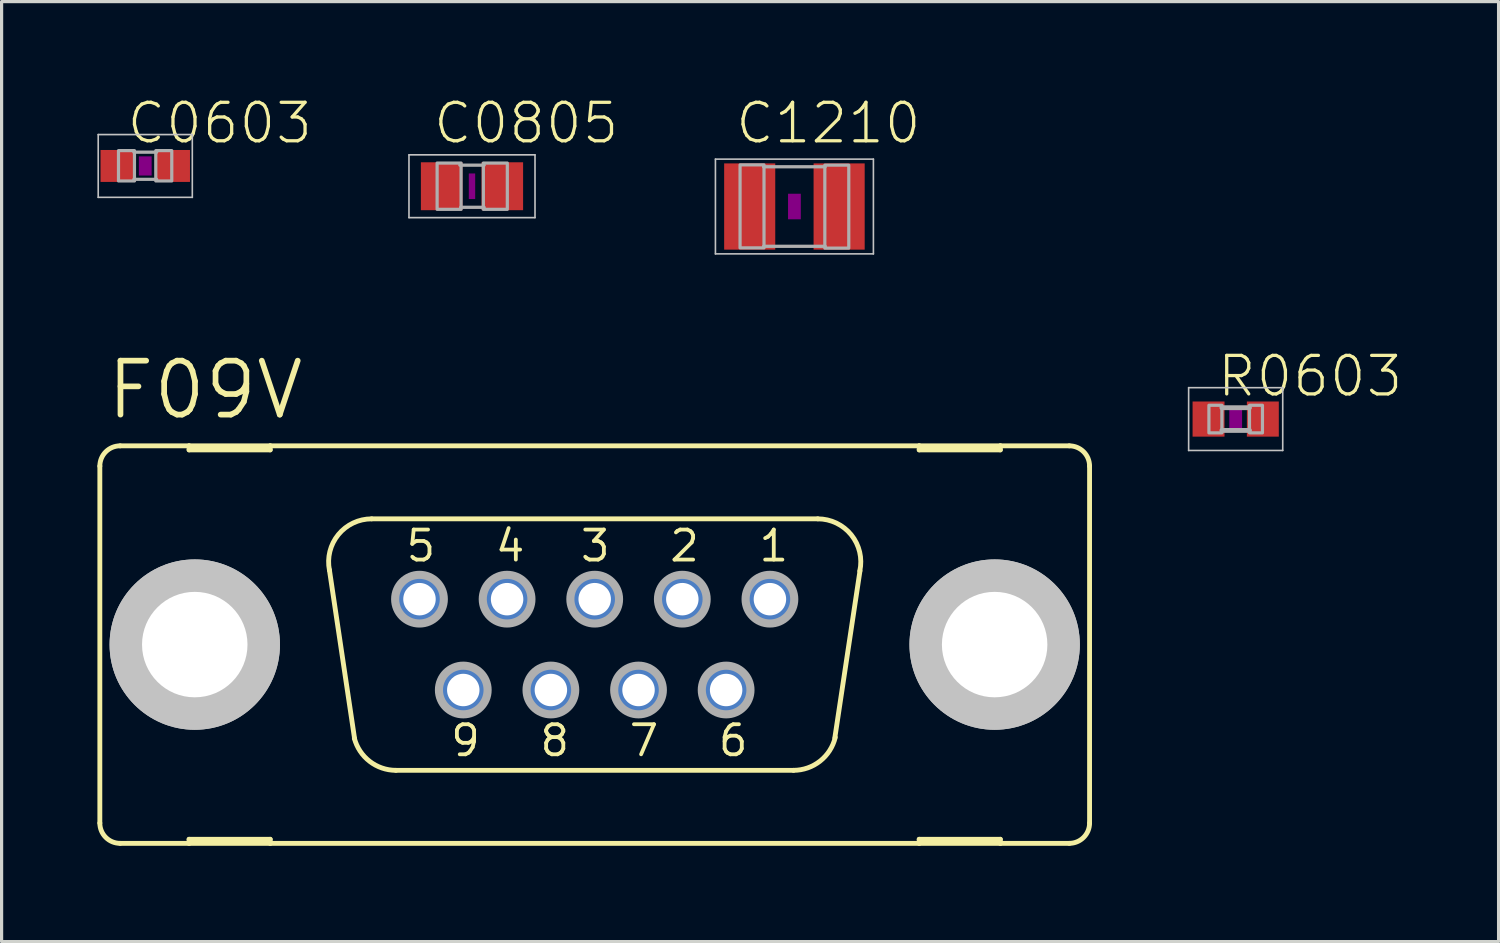
<source format=kicad_pcb>
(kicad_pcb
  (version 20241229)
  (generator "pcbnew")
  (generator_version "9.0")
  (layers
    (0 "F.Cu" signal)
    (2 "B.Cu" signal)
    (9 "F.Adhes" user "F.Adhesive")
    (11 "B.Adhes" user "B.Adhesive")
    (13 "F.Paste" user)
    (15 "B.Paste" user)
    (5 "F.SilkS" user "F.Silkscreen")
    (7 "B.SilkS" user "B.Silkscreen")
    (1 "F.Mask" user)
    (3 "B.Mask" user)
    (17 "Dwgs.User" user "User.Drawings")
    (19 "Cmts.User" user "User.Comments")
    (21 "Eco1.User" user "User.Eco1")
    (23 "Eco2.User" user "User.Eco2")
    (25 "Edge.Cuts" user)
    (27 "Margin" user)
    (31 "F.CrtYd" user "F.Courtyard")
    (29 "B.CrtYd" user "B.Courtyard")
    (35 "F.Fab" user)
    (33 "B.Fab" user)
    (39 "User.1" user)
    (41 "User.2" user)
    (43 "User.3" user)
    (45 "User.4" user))
  (footprint "C0603"
    (layer "F.Cu")
    (at 1.498 2.146)
    (property "Reference" "C0603" (at -0.635 -0.635 0) (layer "F.SilkS") (effects (font (size 1.206 1.206) (thickness 0.102)) (justify left bottom)))
    (attr through_hole)
    (fp_poly (pts (xy -0.2 0.3) (xy 0.2 0.3) (xy 0.2 -0.3) (xy -0.2 -0.3)) (stroke (width 0) (type solid)) (fill yes) (layer "F.Adhes"))
    (fp_line (start -1.473 -0.983) (end 1.473 -0.983) (stroke (width 0.051) (type solid)) (layer "Dwgs.User"))
    (fp_line (start -1.473 0.983) (end -1.473 -0.983) (stroke (width 0.051) (type solid)) (layer "Dwgs.User"))
    (fp_line (start 1.473 -0.983) (end 1.473 0.983) (stroke (width 0.051) (type solid)) (layer "Dwgs.User"))
    (fp_line (start 1.473 0.983) (end -1.473 0.983) (stroke (width 0.051) (type solid)) (layer "Dwgs.User"))
    (fp_line (start -0.356 -0.432) (end 0.356 -0.432) (stroke (width 0.102) (type solid)) (layer "F.Fab"))
    (fp_line (start -0.356 0.419) (end 0.356 0.419) (stroke (width 0.102) (type solid)) (layer "F.Fab"))
    (fp_poly (pts (xy -0.838 0.47) (xy -0.338 0.47) (xy -0.338 -0.48) (xy -0.838 -0.48)) (stroke (width 0.1) (type solid)) (fill no) (layer "F.Fab"))
    (fp_poly (pts (xy 0.33 0.47) (xy 0.83 0.47) (xy 0.83 -0.48) (xy 0.33 -0.48)) (stroke (width 0.1) (type solid)) (fill no) (layer "F.Fab"))
    (pad "1" smd rect (at -0.85 0) (size 1.1 1) (layers "F.Cu" "F.Mask" "F.Paste"))
    (pad "2" smd rect (at 0.85 0) (size 1.1 1) (layers "F.Cu" "F.Mask" "F.Paste")))
  (footprint "R0603"
    (layer "F.Cu")
    (at 35.639 10.071)
    (property "Reference" "R0603" (at -0.635 -0.635 0) (layer "F.SilkS") (effects (font (size 1.206 1.206) (thickness 0.102)) (justify left bottom)))
    (attr through_hole)
    (fp_poly (pts (xy -0.2 0.4) (xy 0.2 0.4) (xy 0.2 -0.4) (xy -0.2 -0.4)) (stroke (width 0) (type solid)) (fill yes) (layer "F.Adhes"))
    (fp_line (start -1.473 -0.983) (end 1.473 -0.983) (stroke (width 0.051) (type solid)) (layer "Dwgs.User"))
    (fp_line (start -1.473 0.983) (end -1.473 -0.983) (stroke (width 0.051) (type solid)) (layer "Dwgs.User"))
    (fp_line (start 1.473 -0.983) (end 1.473 0.983) (stroke (width 0.051) (type solid)) (layer "Dwgs.User"))
    (fp_line (start 1.473 0.983) (end -1.473 0.983) (stroke (width 0.051) (type solid)) (layer "Dwgs.User"))
    (fp_line (start -0.432 0.356) (end 0.432 0.356) (stroke (width 0.152) (type solid)) (layer "F.Fab"))
    (fp_line (start 0.432 -0.356) (end -0.432 -0.356) (stroke (width 0.152) (type solid)) (layer "F.Fab"))
    (fp_poly (pts (xy -0.838 0.432) (xy -0.432 0.432) (xy -0.432 -0.432) (xy -0.838 -0.432)) (stroke (width 0.1) (type solid)) (fill no) (layer "F.Fab"))
    (fp_poly (pts (xy 0.432 0.432) (xy 0.838 0.432) (xy 0.838 -0.432) (xy 0.432 -0.432)) (stroke (width 0.1) (type solid)) (fill no) (layer "F.Fab"))
    (pad "1" smd rect (at -0.85 0) (size 1 1.1) (layers "F.Cu" "F.Mask" "F.Paste"))
    (pad "2" smd rect (at 0.85 0) (size 1 1.1) (layers "F.Cu" "F.Mask" "F.Paste")))
  (footprint "C0805"
    (layer "F.Cu")
    (at 11.728 2.781)
    (property "Reference" "C0805" (at -1.27 -1.27 0) (layer "F.SilkS") (effects (font (size 1.206 1.206) (thickness 0.102)) (justify left bottom)))
    (attr through_hole)
    (fp_poly (pts (xy -0.1 0.4) (xy 0.1 0.4) (xy 0.1 -0.4) (xy -0.1 -0.4)) (stroke (width 0) (type solid)) (fill yes) (layer "F.Adhes"))
    (fp_line (start -1.973 -0.983) (end 1.973 -0.983) (stroke (width 0.051) (type solid)) (layer "Dwgs.User"))
    (fp_line (start -1.973 0.983) (end -1.973 -0.983) (stroke (width 0.051) (type solid)) (layer "Dwgs.User"))
    (fp_line (start 1.973 -0.983) (end 1.973 0.983) (stroke (width 0.051) (type solid)) (layer "Dwgs.User"))
    (fp_line (start 1.973 0.983) (end -1.973 0.983) (stroke (width 0.051) (type solid)) (layer "Dwgs.User"))
    (fp_line (start -0.381 -0.66) (end 0.381 -0.66) (stroke (width 0.102) (type solid)) (layer "F.Fab"))
    (fp_line (start -0.356 0.66) (end 0.381 0.66) (stroke (width 0.102) (type solid)) (layer "F.Fab"))
    (fp_poly (pts (xy -1.092 0.724) (xy -0.342 0.724) (xy -0.342 -0.726) (xy -1.092 -0.726)) (stroke (width 0.1) (type solid)) (fill no) (layer "F.Fab"))
    (fp_poly (pts (xy 0.356 0.724) (xy 1.106 0.724) (xy 1.106 -0.726) (xy 0.356 -0.726)) (stroke (width 0.1) (type solid)) (fill no) (layer "F.Fab"))
    (pad "1" smd rect (at -0.95 0) (size 1.3 1.5) (layers "F.Cu" "F.Mask" "F.Paste"))
    (pad "2" smd rect (at 0.95 0) (size 1.3 1.5) (layers "F.Cu" "F.Mask" "F.Paste")))
  (footprint "F09V"
    (layer "F.Cu")
    (at 15.57 17.132)
    (property "Reference" "F09V" (at -15.367 -6.985 0) (layer "F.SilkS") (effects (font (size 1.689 1.689) (thickness 0.178)) (justify left bottom)))
    (attr through_hole)
    (fp_line (start -15.494 -5.588) (end -15.494 5.588) (stroke (width 0.152) (type solid)) (layer "F.SilkS"))
    (fp_line (start -14.859 6.223) (end -12.7 6.223) (stroke (width 0.152) (type solid)) (layer "F.SilkS"))
    (fp_line (start -12.7 -6.223) (end -14.859 -6.223) (stroke (width 0.152) (type solid)) (layer "F.SilkS"))
    (fp_line (start -12.7 -6.223) (end -12.7 -6.096) (stroke (width 0.152) (type solid)) (layer "F.SilkS"))
    (fp_line (start -12.7 -6.096) (end -10.16 -6.096) (stroke (width 0.152) (type solid)) (layer "F.SilkS"))
    (fp_line (start -12.7 6.096) (end -10.16 6.096) (stroke (width 0.152) (type solid)) (layer "F.SilkS"))
    (fp_line (start -12.7 6.223) (end -12.7 6.096) (stroke (width 0.152) (type solid)) (layer "F.SilkS"))
    (fp_line (start -12.7 6.223) (end -10.16 6.223) (stroke (width 0.152) (type solid)) (layer "F.SilkS"))
    (fp_line (start -10.16 -6.223) (end -12.7 -6.223) (stroke (width 0.152) (type solid)) (layer "F.SilkS"))
    (fp_line (start -10.16 -6.096) (end -10.16 -6.223) (stroke (width 0.152) (type solid)) (layer "F.SilkS"))
    (fp_line (start -10.16 6.096) (end -10.16 6.223) (stroke (width 0.152) (type solid)) (layer "F.SilkS"))
    (fp_line (start -10.16 6.223) (end 10.16 6.223) (stroke (width 0.152) (type solid)) (layer "F.SilkS"))
    (fp_line (start -7.518 2.946) (end -8.306 -2.337) (stroke (width 0.152) (type solid)) (layer "F.SilkS"))
    (fp_line (start -6.985 -3.937) (end 6.985 -3.937) (stroke (width 0.152) (type solid)) (layer "F.SilkS"))
    (fp_line (start -6.223 3.937) (end 6.223 3.937) (stroke (width 0.152) (type solid)) (layer "F.SilkS"))
    (fp_line (start 8.306 -2.311) (end 7.518 2.921) (stroke (width 0.152) (type solid)) (layer "F.SilkS"))
    (fp_line (start 10.16 -6.223) (end -10.16 -6.223) (stroke (width 0.152) (type solid)) (layer "F.SilkS"))
    (fp_line (start 10.16 -6.223) (end 10.16 -6.096) (stroke (width 0.152) (type solid)) (layer "F.SilkS"))
    (fp_line (start 10.16 -6.096) (end 12.7 -6.096) (stroke (width 0.152) (type solid)) (layer "F.SilkS"))
    (fp_line (start 10.16 6.096) (end 12.7 6.096) (stroke (width 0.152) (type solid)) (layer "F.SilkS"))
    (fp_line (start 10.16 6.223) (end 10.16 6.096) (stroke (width 0.152) (type solid)) (layer "F.SilkS"))
    (fp_line (start 10.16 6.223) (end 12.7 6.223) (stroke (width 0.152) (type solid)) (layer "F.SilkS"))
    (fp_line (start 12.7 -6.223) (end 10.16 -6.223) (stroke (width 0.152) (type solid)) (layer "F.SilkS"))
    (fp_line (start 12.7 -6.096) (end 12.7 -6.223) (stroke (width 0.152) (type solid)) (layer "F.SilkS"))
    (fp_line (start 12.7 6.096) (end 12.7 6.223) (stroke (width 0.152) (type solid)) (layer "F.SilkS"))
    (fp_line (start 12.7 6.223) (end 14.859 6.223) (stroke (width 0.152) (type solid)) (layer "F.SilkS"))
    (fp_line (start 14.859 -6.223) (end 12.7 -6.223) (stroke (width 0.152) (type solid)) (layer "F.SilkS"))
    (fp_line (start 15.494 -5.588) (end 15.494 5.588) (stroke (width 0.152) (type solid)) (layer "F.SilkS"))
    (fp_arc (start -15.494 -5.588) (mid -15.308013 -6.037013) (end -14.859 -6.223) (stroke (width 0.1524) (type solid)) (layer "F.SilkS"))
    (fp_arc (start -14.859 6.223) (mid -15.308013 6.037013) (end -15.494 5.588) (stroke (width 0.1524) (type solid)) (layer "F.SilkS"))
    (fp_arc (start -8.3051 -2.3268) (mid -8.026082 -3.444284) (end -6.985 -3.937) (stroke (width 0.1524) (type solid)) (layer "F.SilkS"))
    (fp_arc (start -6.223 3.937) (mid -7.0465 3.655745) (end -7.5259 2.9295) (stroke (width 0.1524) (type solid)) (layer "F.SilkS"))
    (fp_arc (start 6.985 -3.937) (mid 8.033557 -3.435183) (end 8.300499 -2.303798) (stroke (width 0.1524) (type solid)) (layer "F.SilkS"))
    (fp_arc (start 7.531701 2.904999) (mid 7.056257 3.647874) (end 6.223 3.937) (stroke (width 0.1524) (type solid)) (layer "F.SilkS"))
    (fp_arc (start 14.859 -6.223) (mid 15.308013 -6.037013) (end 15.494 -5.588) (stroke (width 0.1524) (type solid)) (layer "F.SilkS"))
    (fp_arc (start 15.494 5.588) (mid 15.308013 6.037013) (end 14.859 6.223) (stroke (width 0.1524) (type solid)) (layer "F.SilkS"))
    (fp_circle (center -12.522 0) (end -10.871 0) (stroke (width 0.152) (type solid)) (fill no) (layer "F.SilkS"))
    (fp_circle (center 12.522 0) (end 14.173 0) (stroke (width 0.152) (type solid)) (fill no) (layer "F.SilkS"))
    (fp_circle (center -12.522 0) (end -9.855 0) (stroke (width 0) (type solid)) (fill yes) (layer "Dwgs.User"))
    (fp_circle (center -12.522 0) (end -9.855 0) (stroke (width 0) (type solid)) (fill yes) (layer "Dwgs.User"))
    (fp_circle (center 12.522 0) (end 15.189 0) (stroke (width 0) (type solid)) (fill yes) (layer "Dwgs.User"))
    (fp_circle (center 12.522 0) (end 15.189 0) (stroke (width 0) (type solid)) (fill yes) (layer "Dwgs.User"))
    (fp_circle (center -5.486 -1.422) (end -4.724 -1.422) (stroke (width 0.254) (type solid)) (fill no) (layer "F.Fab"))
    (fp_circle (center -4.115 1.422) (end -3.353 1.422) (stroke (width 0.254) (type solid)) (fill no) (layer "F.Fab"))
    (fp_circle (center -2.743 -1.422) (end -1.981 -1.422) (stroke (width 0.254) (type solid)) (fill no) (layer "F.Fab"))
    (fp_circle (center -1.372 1.422) (end -0.61 1.422) (stroke (width 0.254) (type solid)) (fill no) (layer "F.Fab"))
    (fp_circle (center 0 -1.422) (end 0.762 -1.422) (stroke (width 0.254) (type solid)) (fill no) (layer "F.Fab"))
    (fp_circle (center 1.372 1.422) (end 2.134 1.422) (stroke (width 0.254) (type solid)) (fill no) (layer "F.Fab"))
    (fp_circle (center 2.743 -1.422) (end 3.505 -1.422) (stroke (width 0.254) (type solid)) (fill no) (layer "F.Fab"))
    (fp_circle (center 4.115 1.422) (end 4.877 1.422) (stroke (width 0.254) (type solid)) (fill no) (layer "F.Fab"))
    (fp_circle (center 5.486 -1.422) (end 6.248 -1.422) (stroke (width 0.254) (type solid)) (fill no) (layer "F.Fab"))
    (fp_text user "3" (at -0.508 -2.54 0) (layer "F.SilkS") (effects (font (size 0.941 0.941) (thickness 0.119)) (justify left bottom)))
    (fp_text user "2" (at 2.286 -2.54 0) (layer "F.SilkS") (effects (font (size 0.941 0.941) (thickness 0.119)) (justify left bottom)))
    (fp_text user "9" (at -4.572 3.556 0) (layer "F.SilkS") (effects (font (size 0.941 0.941) (thickness 0.119)) (justify left bottom)))
    (fp_text user "5" (at -5.969 -2.54 0) (layer "F.SilkS") (effects (font (size 0.941 0.941) (thickness 0.119)) (justify left bottom)))
    (fp_text user "4" (at -3.175 -2.54 0) (layer "F.SilkS") (effects (font (size 0.941 0.941) (thickness 0.119)) (justify left bottom)))
    (fp_text user "6" (at 3.81 3.556 0) (layer "F.SilkS") (effects (font (size 0.941 0.941) (thickness 0.119)) (justify left bottom)))
    (fp_text user "7" (at 1.016 3.556 0) (layer "F.SilkS") (effects (font (size 0.941 0.941) (thickness 0.119)) (justify left bottom)))
    (fp_text user "8" (at -1.778 3.556 0) (layer "F.SilkS") (effects (font (size 0.941 0.941) (thickness 0.119)) (justify left bottom)))
    (fp_text user "1" (at 5.08 -2.54 0) (layer "F.SilkS") (effects (font (size 0.941 0.941) (thickness 0.119)) (justify left bottom)))
    (pad "" np_thru_hole circle (at -12.522 0) (size 3.302 3.302) (drill 3.302) (layers "*.Cu"))
    (pad "" np_thru_hole circle (at 12.522 0) (size 3.302 3.302) (drill 3.302) (layers "*.Cu"))
    (pad "1" thru_hole circle (at 5.486 -1.422) (size 1.524 1.524) (drill 1.016) (layers "*.Cu" "*.Mask"))
    (pad "2" thru_hole circle (at 2.743 -1.422) (size 1.524 1.524) (drill 1.016) (layers "*.Cu" "*.Mask"))
    (pad "3" thru_hole circle (at 0 -1.422) (size 1.524 1.524) (drill 1.016) (layers "*.Cu" "*.Mask"))
    (pad "4" thru_hole circle (at -2.743 -1.422) (size 1.524 1.524) (drill 1.016) (layers "*.Cu" "*.Mask"))
    (pad "5" thru_hole circle (at -5.486 -1.422) (size 1.524 1.524) (drill 1.016) (layers "*.Cu" "*.Mask"))
    (pad "6" thru_hole circle (at 4.115 1.422) (size 1.524 1.524) (drill 1.016) (layers "*.Cu" "*.Mask"))
    (pad "7" thru_hole circle (at 1.372 1.422) (size 1.524 1.524) (drill 1.016) (layers "*.Cu" "*.Mask"))
    (pad "8" thru_hole circle (at -1.372 1.422) (size 1.524 1.524) (drill 1.016) (layers "*.Cu" "*.Mask"))
    (pad "9" thru_hole circle (at -4.115 1.422) (size 1.524 1.524) (drill 1.016) (layers "*.Cu" "*.Mask")))
  (footprint "C1210"
    (layer "F.Cu")
    (at 21.823 3.416)
    (property "Reference" "C1210" (at -1.905 -1.905 0) (layer "F.SilkS") (effects (font (size 1.206 1.206) (thickness 0.102)) (justify left bottom)))
    (attr through_hole)
    (fp_poly (pts (xy -0.2 0.4) (xy 0.2 0.4) (xy 0.2 -0.4) (xy -0.2 -0.4)) (stroke (width 0) (type solid)) (fill yes) (layer "F.Adhes"))
    (fp_line (start -2.473 -1.483) (end 2.473 -1.483) (stroke (width 0.051) (type solid)) (layer "Dwgs.User"))
    (fp_line (start -2.473 1.483) (end -2.473 -1.483) (stroke (width 0.051) (type solid)) (layer "Dwgs.User"))
    (fp_line (start 2.473 -1.483) (end 2.473 1.483) (stroke (width 0.051) (type solid)) (layer "Dwgs.User"))
    (fp_line (start 2.473 1.483) (end -2.473 1.483) (stroke (width 0.051) (type solid)) (layer "Dwgs.User"))
    (fp_line (start -0.965 -1.245) (end 0.965 -1.245) (stroke (width 0.102) (type solid)) (layer "F.Fab"))
    (fp_line (start -0.965 1.245) (end 0.965 1.245) (stroke (width 0.102) (type solid)) (layer "F.Fab"))
    (fp_poly (pts (xy -1.702 1.295) (xy -0.952 1.295) (xy -0.952 -1.304) (xy -1.702 -1.304)) (stroke (width 0.1) (type solid)) (fill no) (layer "F.Fab"))
    (fp_poly (pts (xy 0.952 1.304) (xy 1.702 1.304) (xy 1.702 -1.295) (xy 0.952 -1.295)) (stroke (width 0.1) (type solid)) (fill no) (layer "F.Fab"))
    (pad "1" smd rect (at -1.4 0) (size 1.6 2.7) (layers "F.Cu" "F.Mask" "F.Paste"))
    (pad "2" smd rect (at 1.4 0) (size 1.6 2.7) (layers "F.Cu" "F.Mask" "F.Paste")))
  (gr_rect
    (start -3 -3)
    (end 43.87 26.431)
    (stroke (width 0.1) (type default))
    (fill no)
    (layer "Edge.Cuts")))
</source>
